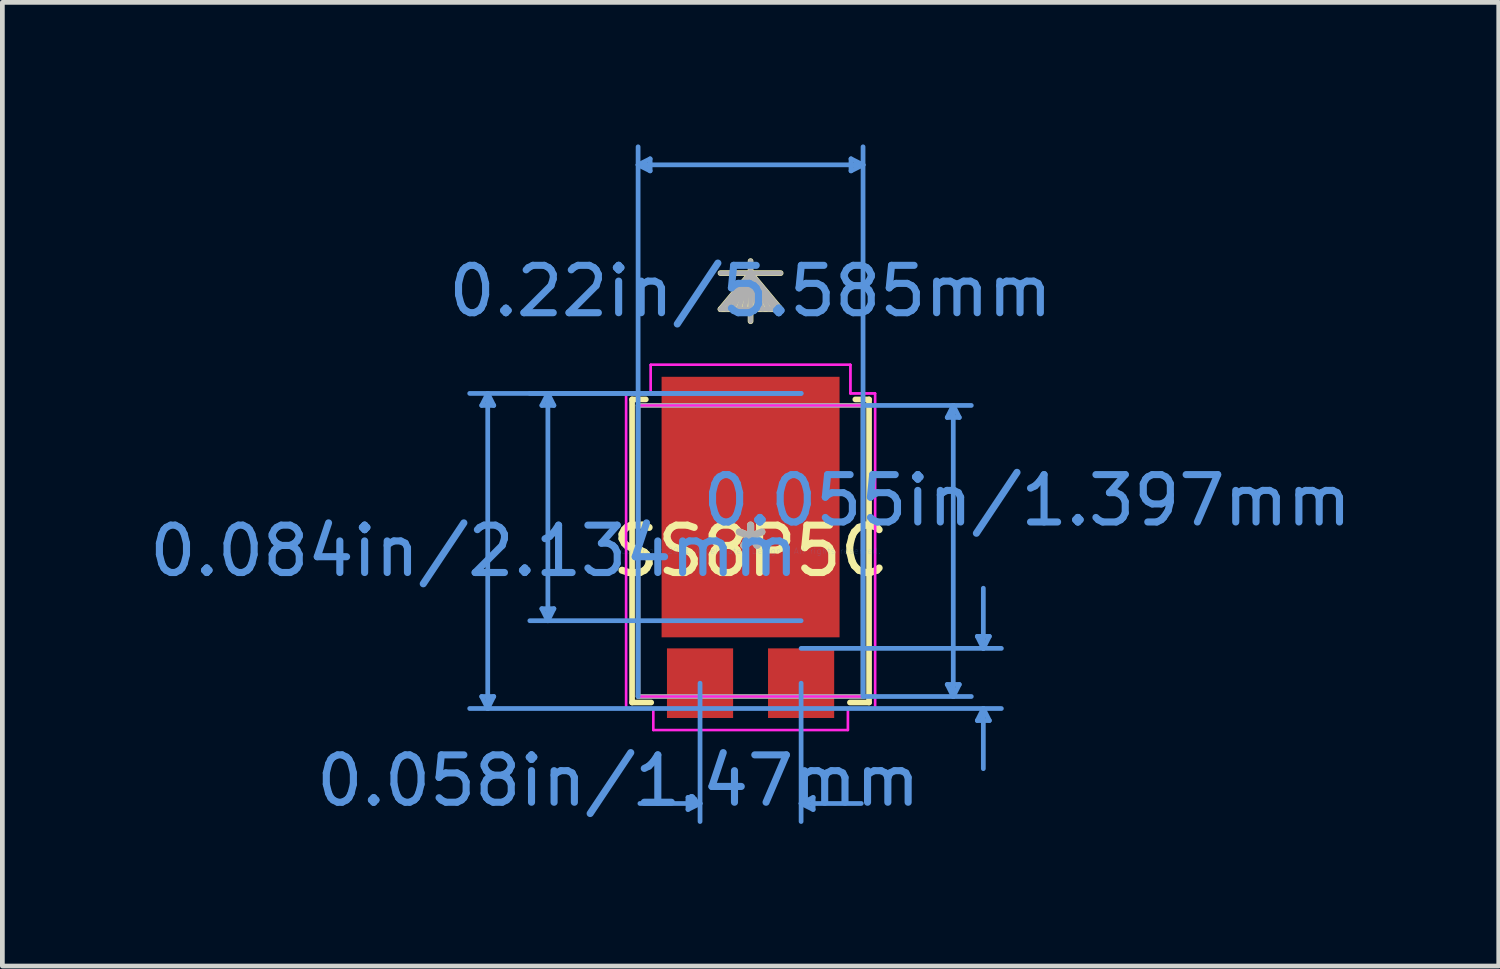
<source format=kicad_pcb>
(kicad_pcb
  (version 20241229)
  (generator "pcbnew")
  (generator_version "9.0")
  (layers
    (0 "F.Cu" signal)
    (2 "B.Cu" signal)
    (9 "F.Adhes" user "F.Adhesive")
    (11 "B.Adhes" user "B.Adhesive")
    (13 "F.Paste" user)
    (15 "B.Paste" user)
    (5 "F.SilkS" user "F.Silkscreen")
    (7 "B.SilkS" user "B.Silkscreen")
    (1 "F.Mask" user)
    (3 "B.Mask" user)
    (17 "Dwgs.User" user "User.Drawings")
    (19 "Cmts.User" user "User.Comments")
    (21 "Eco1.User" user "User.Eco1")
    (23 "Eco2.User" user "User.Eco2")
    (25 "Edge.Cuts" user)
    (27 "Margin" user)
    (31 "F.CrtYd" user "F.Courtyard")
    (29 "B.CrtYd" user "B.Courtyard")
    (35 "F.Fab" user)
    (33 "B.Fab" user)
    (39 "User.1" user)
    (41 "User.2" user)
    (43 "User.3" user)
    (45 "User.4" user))
  (footprint "SS8P5C"
    (layer "F.Cu")
    (at 12.799 8.584)
    (property "Reference" "SS8P5C" (at 0 0 0) (layer "F.SilkS") (effects (font (size 1 1) (thickness 0.15))))
    (attr through_hole)
    (fp_line (start -2.502 -3.2) (end -2.502 3.2) (stroke (width 0.12) (type solid)) (layer "F.SilkS"))
    (fp_line (start -2.502 3.2) (end -2.098 3.2) (stroke (width 0.12) (type solid)) (layer "F.SilkS"))
    (fp_line (start -2.212 -3.2) (end -2.502 -3.2) (stroke (width 0.12) (type solid)) (layer "F.SilkS"))
    (fp_line (start 0 -5.867) (end -0.635 -5.105) (stroke (width 0.12) (type solid)) (layer "F.SilkS"))
    (fp_line (start 0 -5.867) (end -0.508 -5.105) (stroke (width 0.12) (type solid)) (layer "F.SilkS"))
    (fp_line (start 0 -5.867) (end -0.381 -5.105) (stroke (width 0.12) (type solid)) (layer "F.SilkS"))
    (fp_line (start 0 -5.867) (end -0.254 -5.105) (stroke (width 0.12) (type solid)) (layer "F.SilkS"))
    (fp_line (start 0 -5.867) (end -0.127 -5.105) (stroke (width 0.12) (type solid)) (layer "F.SilkS"))
    (fp_line (start 0 -5.867) (end 0.127 -5.105) (stroke (width 0.12) (type solid)) (layer "F.SilkS"))
    (fp_line (start 0 -5.867) (end 0.254 -5.105) (stroke (width 0.12) (type solid)) (layer "F.SilkS"))
    (fp_line (start 0 -5.867) (end 0.381 -5.105) (stroke (width 0.12) (type solid)) (layer "F.SilkS"))
    (fp_line (start 0 -5.867) (end 0.508 -5.105) (stroke (width 0.12) (type solid)) (layer "F.SilkS"))
    (fp_line (start 0 -5.867) (end 0.635 -5.105) (stroke (width 0.12) (type solid)) (layer "F.SilkS"))
    (fp_line (start 0 -4.851) (end 0 -6.121) (stroke (width 0.12) (type solid)) (layer "F.SilkS"))
    (fp_line (start 0.635 -5.867) (end -0.635 -5.867) (stroke (width 0.12) (type solid)) (layer "F.SilkS"))
    (fp_line (start 0.635 -5.105) (end -0.635 -5.105) (stroke (width 0.12) (type solid)) (layer "F.SilkS"))
    (fp_line (start 2.098 3.2) (end 2.502 3.2) (stroke (width 0.12) (type solid)) (layer "F.SilkS"))
    (fp_line (start 2.502 -3.2) (end 2.212 -3.2) (stroke (width 0.12) (type solid)) (layer "F.SilkS"))
    (fp_line (start 2.502 3.2) (end 2.502 -3.2) (stroke (width 0.12) (type solid)) (layer "F.SilkS"))
    (fp_line (start -5.677 -3.073) (end -5.423 -3.073) (stroke (width 0.1) (type solid)) (layer "Cmts.User"))
    (fp_line (start -5.677 3.073) (end -5.423 3.073) (stroke (width 0.1) (type solid)) (layer "Cmts.User"))
    (fp_line (start -5.55 -3.327) (end -5.677 -3.073) (stroke (width 0.1) (type solid)) (layer "Cmts.User"))
    (fp_line (start -5.55 -3.327) (end -5.55 3.327) (stroke (width 0.1) (type solid)) (layer "Cmts.User"))
    (fp_line (start -5.55 -3.327) (end -5.423 -3.073) (stroke (width 0.1) (type solid)) (layer "Cmts.User"))
    (fp_line (start -5.55 3.327) (end -5.677 3.073) (stroke (width 0.1) (type solid)) (layer "Cmts.User"))
    (fp_line (start -5.55 3.327) (end -5.423 3.073) (stroke (width 0.1) (type solid)) (layer "Cmts.User"))
    (fp_line (start -4.407 -3.073) (end -4.153 -3.073) (stroke (width 0.1) (type solid)) (layer "Cmts.User"))
    (fp_line (start -4.407 1.219) (end -4.153 1.219) (stroke (width 0.1) (type solid)) (layer "Cmts.User"))
    (fp_line (start -4.28 -3.327) (end -4.407 -3.073) (stroke (width 0.1) (type solid)) (layer "Cmts.User"))
    (fp_line (start -4.28 -3.327) (end -4.28 1.473) (stroke (width 0.1) (type solid)) (layer "Cmts.User"))
    (fp_line (start -4.28 -3.327) (end -4.153 -3.073) (stroke (width 0.1) (type solid)) (layer "Cmts.User"))
    (fp_line (start -4.28 1.473) (end -4.407 1.219) (stroke (width 0.1) (type solid)) (layer "Cmts.User"))
    (fp_line (start -4.28 1.473) (end -4.153 1.219) (stroke (width 0.1) (type solid)) (layer "Cmts.User"))
    (fp_line (start -2.375 -8.153) (end -2.121 -8.28) (stroke (width 0.1) (type solid)) (layer "Cmts.User"))
    (fp_line (start -2.375 -8.153) (end -2.121 -8.026) (stroke (width 0.1) (type solid)) (layer "Cmts.User"))
    (fp_line (start -2.375 -8.153) (end 2.375 -8.153) (stroke (width 0.1) (type solid)) (layer "Cmts.User"))
    (fp_line (start -2.375 3.073) (end -2.375 -8.534) (stroke (width 0.1) (type solid)) (layer "Cmts.User"))
    (fp_line (start -2.121 -8.28) (end -2.121 -8.026) (stroke (width 0.1) (type solid)) (layer "Cmts.User"))
    (fp_line (start -1.321 5.205) (end -1.321 5.459) (stroke (width 0.1) (type solid)) (layer "Cmts.User"))
    (fp_line (start -1.067 2.792) (end -1.067 5.713) (stroke (width 0.1) (type solid)) (layer "Cmts.User"))
    (fp_line (start -1.067 5.332) (end -2.337 5.332) (stroke (width 0.1) (type solid)) (layer "Cmts.User"))
    (fp_line (start -1.067 5.332) (end -1.321 5.205) (stroke (width 0.1) (type solid)) (layer "Cmts.User"))
    (fp_line (start -1.067 5.332) (end -1.321 5.459) (stroke (width 0.1) (type solid)) (layer "Cmts.User"))
    (fp_line (start 1.067 -3.327) (end -5.931 -3.327) (stroke (width 0.1) (type solid)) (layer "Cmts.User"))
    (fp_line (start 1.067 -3.327) (end -4.661 -3.327) (stroke (width 0.1) (type solid)) (layer "Cmts.User"))
    (fp_line (start 1.067 1.473) (end -4.661 1.473) (stroke (width 0.1) (type solid)) (layer "Cmts.User"))
    (fp_line (start 1.067 2.057) (end 5.296 2.057) (stroke (width 0.1) (type solid)) (layer "Cmts.User"))
    (fp_line (start 1.067 2.792) (end 1.067 5.713) (stroke (width 0.1) (type solid)) (layer "Cmts.User"))
    (fp_line (start 1.067 3.327) (end -5.931 3.327) (stroke (width 0.1) (type solid)) (layer "Cmts.User"))
    (fp_line (start 1.067 3.327) (end 5.296 3.327) (stroke (width 0.1) (type solid)) (layer "Cmts.User"))
    (fp_line (start 1.067 5.332) (end 1.321 5.205) (stroke (width 0.1) (type solid)) (layer "Cmts.User"))
    (fp_line (start 1.067 5.332) (end 1.321 5.459) (stroke (width 0.1) (type solid)) (layer "Cmts.User"))
    (fp_line (start 1.067 5.332) (end 2.337 5.332) (stroke (width 0.1) (type solid)) (layer "Cmts.User"))
    (fp_line (start 1.321 5.205) (end 1.321 5.459) (stroke (width 0.1) (type solid)) (layer "Cmts.User"))
    (fp_line (start 2.121 -8.28) (end 2.121 -8.026) (stroke (width 0.1) (type solid)) (layer "Cmts.User"))
    (fp_line (start 2.375 -8.153) (end 2.121 -8.28) (stroke (width 0.1) (type solid)) (layer "Cmts.User"))
    (fp_line (start 2.375 -8.153) (end 2.121 -8.026) (stroke (width 0.1) (type solid)) (layer "Cmts.User"))
    (fp_line (start 2.375 -3.073) (end 4.661 -3.073) (stroke (width 0.1) (type solid)) (layer "Cmts.User"))
    (fp_line (start 2.375 3.073) (end 2.375 -8.534) (stroke (width 0.1) (type solid)) (layer "Cmts.User"))
    (fp_line (start 2.375 3.073) (end 4.661 3.073) (stroke (width 0.1) (type solid)) (layer "Cmts.User"))
    (fp_line (start 4.153 -2.819) (end 4.407 -2.819) (stroke (width 0.1) (type solid)) (layer "Cmts.User"))
    (fp_line (start 4.153 2.819) (end 4.407 2.819) (stroke (width 0.1) (type solid)) (layer "Cmts.User"))
    (fp_line (start 4.28 -3.073) (end 4.153 -2.819) (stroke (width 0.1) (type solid)) (layer "Cmts.User"))
    (fp_line (start 4.28 -3.073) (end 4.28 3.073) (stroke (width 0.1) (type solid)) (layer "Cmts.User"))
    (fp_line (start 4.28 -3.073) (end 4.407 -2.819) (stroke (width 0.1) (type solid)) (layer "Cmts.User"))
    (fp_line (start 4.28 3.073) (end 4.153 2.819) (stroke (width 0.1) (type solid)) (layer "Cmts.User"))
    (fp_line (start 4.28 3.073) (end 4.407 2.819) (stroke (width 0.1) (type solid)) (layer "Cmts.User"))
    (fp_line (start 4.788 1.803) (end 5.042 1.803) (stroke (width 0.1) (type solid)) (layer "Cmts.User"))
    (fp_line (start 4.788 3.581) (end 5.042 3.581) (stroke (width 0.1) (type solid)) (layer "Cmts.User"))
    (fp_line (start 4.915 2.057) (end 4.788 1.803) (stroke (width 0.1) (type solid)) (layer "Cmts.User"))
    (fp_line (start 4.915 2.057) (end 4.915 0.787) (stroke (width 0.1) (type solid)) (layer "Cmts.User"))
    (fp_line (start 4.915 2.057) (end 5.042 1.803) (stroke (width 0.1) (type solid)) (layer "Cmts.User"))
    (fp_line (start 4.915 3.327) (end 4.788 3.581) (stroke (width 0.1) (type solid)) (layer "Cmts.User"))
    (fp_line (start 4.915 3.327) (end 4.915 4.597) (stroke (width 0.1) (type solid)) (layer "Cmts.User"))
    (fp_line (start 4.915 3.327) (end 5.042 3.581) (stroke (width 0.1) (type solid)) (layer "Cmts.User"))
    (fp_line (start -2.629 -3.327) (end -2.108 -3.327) (stroke (width 0.05) (type solid)) (layer "F.CrtYd"))
    (fp_line (start -2.629 -3.327) (end -2.108 -3.327) (stroke (width 0.05) (type solid)) (layer "F.CrtYd"))
    (fp_line (start -2.629 3.327) (end -2.629 -3.327) (stroke (width 0.05) (type solid)) (layer "F.CrtYd"))
    (fp_line (start -2.629 3.327) (end -2.629 -3.327) (stroke (width 0.05) (type solid)) (layer "F.CrtYd"))
    (fp_line (start -2.375 -3.073) (end 2.375 -3.073) (stroke (width 0.05) (type solid)) (layer "F.CrtYd"))
    (fp_line (start -2.375 3.073) (end -2.375 -3.073) (stroke (width 0.05) (type solid)) (layer "F.CrtYd"))
    (fp_line (start -2.108 -3.931) (end -2.108 -3.327) (stroke (width 0.05) (type solid)) (layer "F.CrtYd"))
    (fp_line (start -2.108 -3.931) (end 2.108 -3.931) (stroke (width 0.05) (type solid)) (layer "F.CrtYd"))
    (fp_line (start -2.108 -3.931) (end 2.108 -3.931) (stroke (width 0.05) (type solid)) (layer "F.CrtYd"))
    (fp_line (start -2.108 -3.327) (end -2.108 -3.931) (stroke (width 0.05) (type solid)) (layer "F.CrtYd"))
    (fp_line (start -2.056 3.327) (end -2.629 3.327) (stroke (width 0.05) (type solid)) (layer "F.CrtYd"))
    (fp_line (start -2.056 3.327) (end -2.629 3.327) (stroke (width 0.05) (type solid)) (layer "F.CrtYd"))
    (fp_line (start -2.056 3.327) (end -2.056 3.781) (stroke (width 0.05) (type solid)) (layer "F.CrtYd"))
    (fp_line (start -2.056 3.781) (end -2.056 3.327) (stroke (width 0.05) (type solid)) (layer "F.CrtYd"))
    (fp_line (start -2.056 3.781) (end 2.056 3.781) (stroke (width 0.05) (type solid)) (layer "F.CrtYd"))
    (fp_line (start 2.056 3.327) (end 2.056 3.781) (stroke (width 0.05) (type solid)) (layer "F.CrtYd"))
    (fp_line (start 2.056 3.327) (end 2.056 3.781) (stroke (width 0.05) (type solid)) (layer "F.CrtYd"))
    (fp_line (start 2.056 3.781) (end -2.056 3.781) (stroke (width 0.05) (type solid)) (layer "F.CrtYd"))
    (fp_line (start 2.108 -3.931) (end 2.108 -3.327) (stroke (width 0.05) (type solid)) (layer "F.CrtYd"))
    (fp_line (start 2.108 -3.931) (end 2.108 -3.327) (stroke (width 0.05) (type solid)) (layer "F.CrtYd"))
    (fp_line (start 2.108 -3.327) (end 2.629 -3.327) (stroke (width 0.05) (type solid)) (layer "F.CrtYd"))
    (fp_line (start 2.375 -3.073) (end 2.375 3.073) (stroke (width 0.05) (type solid)) (layer "F.CrtYd"))
    (fp_line (start 2.375 3.073) (end -2.375 3.073) (stroke (width 0.05) (type solid)) (layer "F.CrtYd"))
    (fp_line (start 2.629 -3.327) (end 2.108 -3.327) (stroke (width 0.05) (type solid)) (layer "F.CrtYd"))
    (fp_line (start 2.629 -3.327) (end 2.629 3.327) (stroke (width 0.05) (type solid)) (layer "F.CrtYd"))
    (fp_line (start 2.629 -3.327) (end 2.629 3.327) (stroke (width 0.05) (type solid)) (layer "F.CrtYd"))
    (fp_line (start 2.629 3.327) (end 2.056 3.327) (stroke (width 0.05) (type solid)) (layer "F.CrtYd"))
    (fp_line (start 2.629 3.327) (end 2.056 3.327) (stroke (width 0.05) (type solid)) (layer "F.CrtYd"))
    (fp_line (start -2.375 -3.073) (end -2.375 3.073) (stroke (width 0.1) (type solid)) (layer "F.Fab"))
    (fp_line (start -2.375 3.073) (end 2.375 3.073) (stroke (width 0.1) (type solid)) (layer "F.Fab"))
    (fp_line (start 0 -5.867) (end -0.635 -5.105) (stroke (width 0.1) (type solid)) (layer "F.Fab"))
    (fp_line (start 0 -5.867) (end -0.508 -5.105) (stroke (width 0.1) (type solid)) (layer "F.Fab"))
    (fp_line (start 0 -5.867) (end -0.381 -5.105) (stroke (width 0.1) (type solid)) (layer "F.Fab"))
    (fp_line (start 0 -5.867) (end -0.254 -5.105) (stroke (width 0.1) (type solid)) (layer "F.Fab"))
    (fp_line (start 0 -5.867) (end -0.127 -5.105) (stroke (width 0.1) (type solid)) (layer "F.Fab"))
    (fp_line (start 0 -5.867) (end 0.127 -5.105) (stroke (width 0.1) (type solid)) (layer "F.Fab"))
    (fp_line (start 0 -5.867) (end 0.254 -5.105) (stroke (width 0.1) (type solid)) (layer "F.Fab"))
    (fp_line (start 0 -5.867) (end 0.381 -5.105) (stroke (width 0.1) (type solid)) (layer "F.Fab"))
    (fp_line (start 0 -5.867) (end 0.508 -5.105) (stroke (width 0.1) (type solid)) (layer "F.Fab"))
    (fp_line (start 0 -5.867) (end 0.635 -5.105) (stroke (width 0.1) (type solid)) (layer "F.Fab"))
    (fp_line (start 0 -4.851) (end 0 -6.121) (stroke (width 0.1) (type solid)) (layer "F.Fab"))
    (fp_line (start 0.635 -5.867) (end -0.635 -5.867) (stroke (width 0.1) (type solid)) (layer "F.Fab"))
    (fp_line (start 0.635 -5.105) (end -0.635 -5.105) (stroke (width 0.1) (type solid)) (layer "F.Fab"))
    (fp_line (start 2.375 -3.073) (end -2.375 -3.073) (stroke (width 0.1) (type solid)) (layer "F.Fab"))
    (fp_line (start 2.375 3.073) (end 2.375 -3.073) (stroke (width 0.1) (type solid)) (layer "F.Fab"))
    (fp_text user "*" (at 0 0 0) (layer "F.SilkS") (effects (font (size 1 1) (thickness 0.15))))
    (fp_text user "0.084in/2.134mm" (at -5.84 0 0) (layer "Cmts.User") (effects (font (size 1 1) (thickness 0.15))))
    (fp_text user "0.058in/1.47mm" (at -2.792 4.851 0) (layer "Cmts.User") (effects (font (size 1 1) (thickness 0.15))))
    (fp_text user "0.055in/1.397mm" (at 5.84 -1.067 0) (layer "Cmts.User") (effects (font (size 1 1) (thickness 0.15))))
    (fp_text user "0.22in/5.585mm" (at 0 -5.486 0) (layer "Cmts.User") (effects (font (size 1 1) (thickness 0.15))))
    (fp_text user "Copyright 2021 Accelerated Designs. All rights reserved." (at 0 0 0) (layer "Cmts.User") (effects (font (size 0.127 0.127) (thickness 0.002))))
    (fp_text user "*" (at 0 0 0) (layer "F.Fab") (effects (font (size 1 1) (thickness 0.15))))
    (pad "1" smd rect (at 1.067 2.792 90) (size 1.47 1.397) (layers "F.Cu" "F.Mask" "F.Paste"))
    (pad "2" smd rect (at -1.067 2.792 90) (size 1.47 1.397) (layers "F.Cu" "F.Mask" "F.Paste"))
    (pad "3" smd rect (at 0 -0.927 90) (size 5.501 3.758) (layers "F.Cu" "F.Mask" "F.Paste")))
  (gr_rect
    (start -3 -3)
    (end 28.597 17.348)
    (stroke (width 0.1) (type default))
    (fill no)
    (layer "Edge.Cuts")))
</source>
